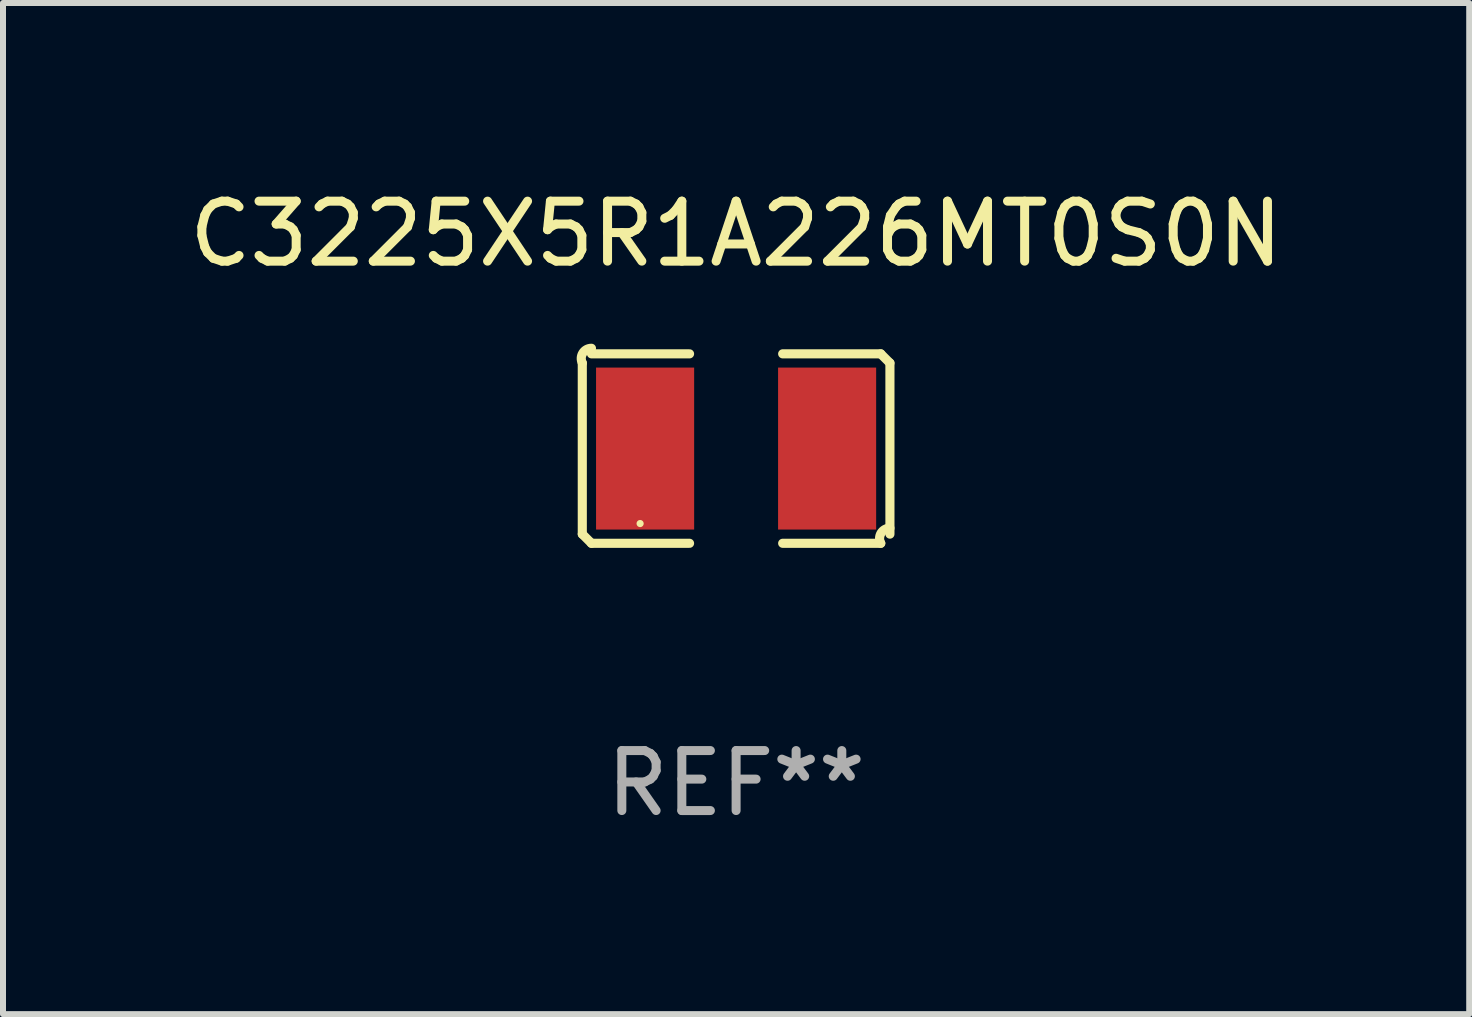
<source format=kicad_pcb>
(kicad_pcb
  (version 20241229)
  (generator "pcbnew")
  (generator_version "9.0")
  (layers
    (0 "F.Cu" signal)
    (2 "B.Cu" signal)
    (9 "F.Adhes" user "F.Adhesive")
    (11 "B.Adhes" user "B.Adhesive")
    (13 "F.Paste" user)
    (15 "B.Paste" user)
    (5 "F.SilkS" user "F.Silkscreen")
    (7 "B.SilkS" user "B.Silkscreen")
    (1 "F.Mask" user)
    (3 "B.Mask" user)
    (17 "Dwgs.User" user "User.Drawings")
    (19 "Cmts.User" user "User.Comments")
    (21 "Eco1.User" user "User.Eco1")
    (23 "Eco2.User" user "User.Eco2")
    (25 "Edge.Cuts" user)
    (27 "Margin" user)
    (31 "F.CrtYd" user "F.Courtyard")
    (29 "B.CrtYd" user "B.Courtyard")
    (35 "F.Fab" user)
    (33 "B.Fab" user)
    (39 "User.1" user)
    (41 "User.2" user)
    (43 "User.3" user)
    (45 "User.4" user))
  (footprint "C3225X5R1A226MT0S0N"
    (layer "F.Cu")
    (at 9.22 4.427)
    (property "Reference" "C3225X5R1A226MT0S0N" (at 0 -3.579 0) (layer "F.SilkS") (effects (font (size 1 1) (thickness 0.15))))
    (attr through_hole)
    (fp_line (start -2.564 1.426) (end -2.564 -1.426) (stroke (width 0.152) (type solid)) (layer "F.SilkS"))
    (fp_line (start -2.411 -1.579) (end -0.776 -1.579) (stroke (width 0.152) (type solid)) (layer "F.SilkS"))
    (fp_line (start -0.776 1.579) (end -2.411 1.579) (stroke (width 0.152) (type solid)) (layer "F.SilkS"))
    (fp_line (start 0.776 1.579) (end 2.411 1.579) (stroke (width 0.152) (type solid)) (layer "F.SilkS"))
    (fp_line (start 2.411 -1.579) (end 0.776 -1.579) (stroke (width 0.152) (type solid)) (layer "F.SilkS"))
    (fp_line (start 2.564 1.426) (end 2.564 -1.426) (stroke (width 0.152) (type solid)) (layer "F.SilkS"))
    (fp_arc (start -2.563602 -1.426213) (mid -2.555597 -1.591233) (end -2.411201 -1.671518) (stroke (width 0.1524) (type solid)) (layer "F.SilkS"))
    (fp_arc (start -2.5636 1.426214) (mid -2.487389 1.502402) (end -2.411201 1.578613) (stroke (width 0.1524) (type solid)) (layer "F.SilkS"))
    (fp_arc (start 2.411197 -1.578618) (mid 2.487403 -1.502419) (end 2.563602 -1.426213) (stroke (width 0.1524) (type solid)) (layer "F.SilkS"))
    (fp_arc (start 2.411201 1.578613) (mid 2.416214 1.409455) (end 2.563602 1.32629) (stroke (width 0.1524) (type solid)) (layer "F.SilkS"))
    (fp_circle (center -1.6 1.25) (end -1.57 1.25) (stroke (width 0.06) (type solid)) (fill no) (layer "F.SilkS"))
    (fp_text user "REF**" (at 0 5.579 0) (layer "F.Fab") (effects (font (size 1 1) (thickness 0.15))))
    (pad "1" smd rect (at -1.517 0) (size 1.635 2.7) (layers "F.Cu" "F.Mask" "F.Paste"))
    (pad "2" smd rect (at 1.517 0) (size 1.635 2.7) (layers "F.Cu" "F.Mask" "F.Paste")))
  (gr_rect
    (start -3 -3)
    (end 21.44 13.854)
    (stroke (width 0.1) (type default))
    (fill no)
    (layer "Edge.Cuts")))
</source>
